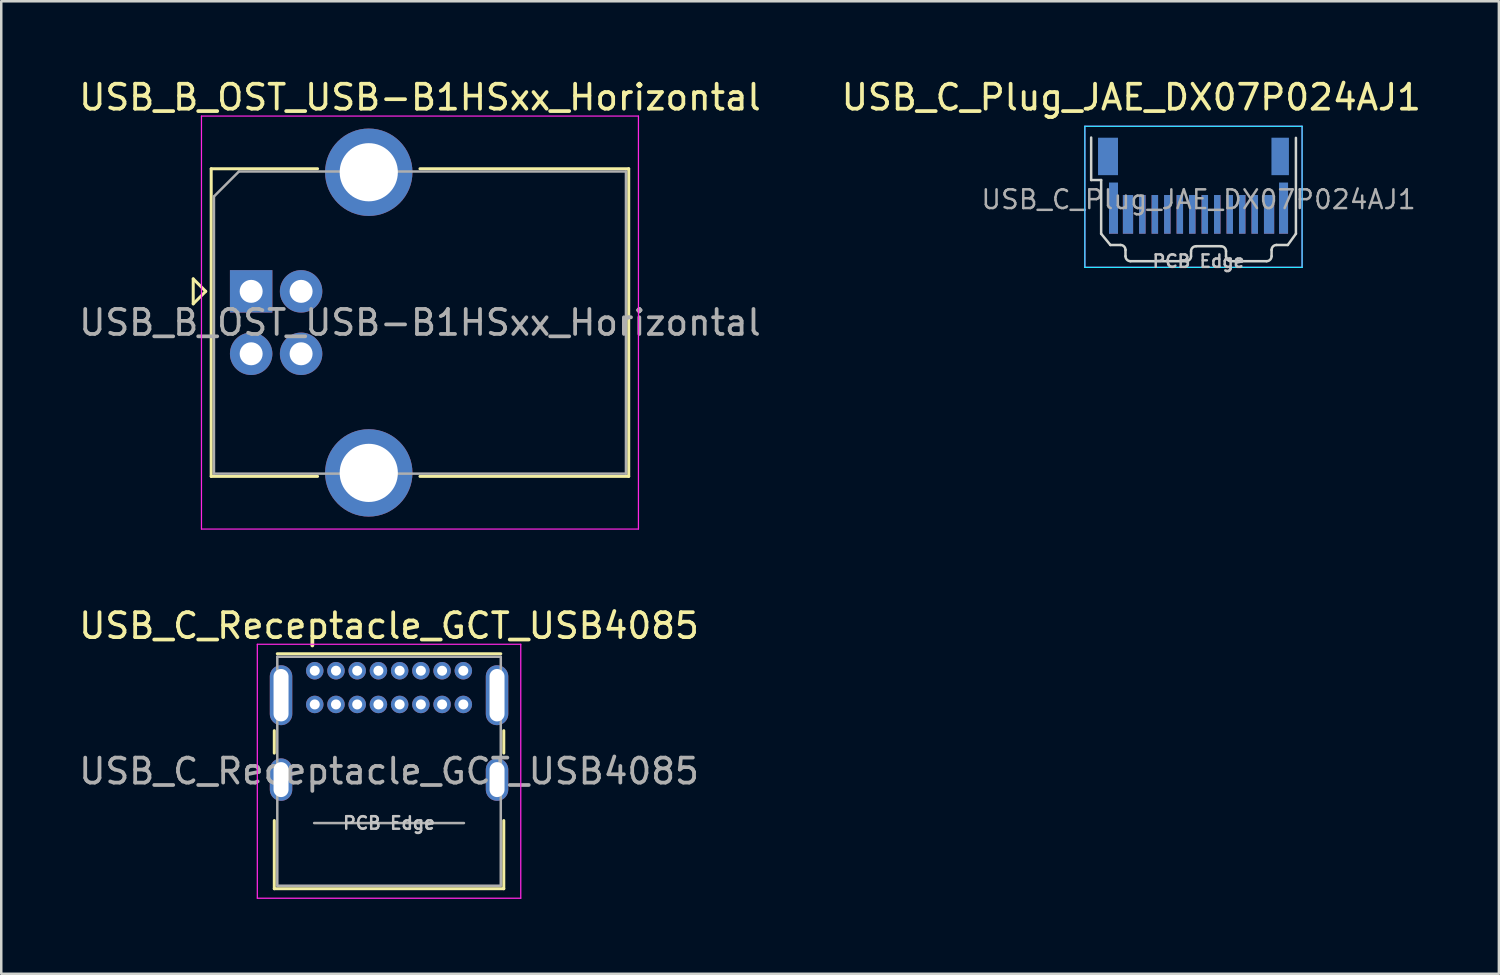
<source format=kicad_pcb>
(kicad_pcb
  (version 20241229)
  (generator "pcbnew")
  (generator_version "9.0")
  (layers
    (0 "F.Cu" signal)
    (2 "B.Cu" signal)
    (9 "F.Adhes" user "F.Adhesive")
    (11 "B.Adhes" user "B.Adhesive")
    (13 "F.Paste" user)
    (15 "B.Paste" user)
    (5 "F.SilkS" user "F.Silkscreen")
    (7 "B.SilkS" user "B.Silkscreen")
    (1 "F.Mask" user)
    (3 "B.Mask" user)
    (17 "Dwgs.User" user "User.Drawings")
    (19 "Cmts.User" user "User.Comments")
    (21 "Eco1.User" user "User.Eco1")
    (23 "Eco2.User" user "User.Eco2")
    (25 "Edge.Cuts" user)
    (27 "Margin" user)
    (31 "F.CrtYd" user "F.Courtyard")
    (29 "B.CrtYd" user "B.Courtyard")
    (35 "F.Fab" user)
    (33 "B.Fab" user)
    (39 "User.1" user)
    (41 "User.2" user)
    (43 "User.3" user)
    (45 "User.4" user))
  (footprint "USB_C_Receptacle_GCT_USB4085"
    (layer "F.Cu")
    (at 9.555 23.811)
    (property "Reference" "USB_C_Receptacle_GCT_USB4085" (at 2.975 -1.8 0) (layer "F.SilkS") (effects (font (size 1 1) (thickness 0.15))))
    (attr through_hole)
    (fp_line (start -1.62 2.4) (end -1.62 3.3) (stroke (width 0.12) (type solid)) (layer "F.SilkS"))
    (fp_line (start -1.62 6) (end -1.62 8.73) (stroke (width 0.12) (type solid)) (layer "F.SilkS"))
    (fp_line (start -1.62 8.73) (end 7.57 8.73) (stroke (width 0.12) (type solid)) (layer "F.SilkS"))
    (fp_line (start -1.5 -0.68) (end 7.45 -0.68) (stroke (width 0.12) (type solid)) (layer "F.SilkS"))
    (fp_line (start 7.57 2.4) (end 7.57 3.3) (stroke (width 0.12) (type solid)) (layer "F.SilkS"))
    (fp_line (start 7.57 6) (end 7.57 8.73) (stroke (width 0.12) (type solid)) (layer "F.SilkS"))
    (fp_line (start -2.3 -1.06) (end -2.3 9.11) (stroke (width 0.05) (type solid)) (layer "F.CrtYd"))
    (fp_line (start -2.3 -1.06) (end 8.25 -1.06) (stroke (width 0.05) (type solid)) (layer "F.CrtYd"))
    (fp_line (start -2.3 9.11) (end 8.25 9.11) (stroke (width 0.05) (type solid)) (layer "F.CrtYd"))
    (fp_line (start 8.25 -1.06) (end 8.25 9.11) (stroke (width 0.05) (type solid)) (layer "F.CrtYd"))
    (fp_line (start -1.5 -0.56) (end -1.5 8.61) (stroke (width 0.1) (type solid)) (layer "F.Fab"))
    (fp_line (start -1.5 -0.56) (end 7.45 -0.56) (stroke (width 0.1) (type solid)) (layer "F.Fab"))
    (fp_line (start -1.5 8.61) (end 7.45 8.61) (stroke (width 0.1) (type solid)) (layer "F.Fab"))
    (fp_line (start -0.025 6.1) (end 5.975 6.1) (stroke (width 0.1) (type solid)) (layer "F.Fab"))
    (fp_line (start 7.45 -0.56) (end 7.45 8.61) (stroke (width 0.1) (type solid)) (layer "F.Fab"))
    (fp_text user "PCB Edge" (at 2.975 6.1 0) (layer "Dwgs.User") (effects (font (size 0.5 0.5) (thickness 0.1))))
    (fp_text user "${REFERENCE}" (at 2.975 4.025 0) (layer "F.Fab") (effects (font (size 1 1) (thickness 0.15))))
    (pad "A1" thru_hole circle (at 0 0) (size 0.7 0.7) (drill 0.4) (layers "*.Cu" "*.Mask"))
    (pad "A4" thru_hole circle (at 0.85 0) (size 0.7 0.7) (drill 0.4) (layers "*.Cu" "*.Mask"))
    (pad "A5" thru_hole circle (at 1.7 0) (size 0.7 0.7) (drill 0.4) (layers "*.Cu" "*.Mask"))
    (pad "A6" thru_hole circle (at 2.55 0) (size 0.7 0.7) (drill 0.4) (layers "*.Cu" "*.Mask"))
    (pad "A7" thru_hole circle (at 3.4 0) (size 0.7 0.7) (drill 0.4) (layers "*.Cu" "*.Mask"))
    (pad "A8" thru_hole circle (at 4.25 0) (size 0.7 0.7) (drill 0.4) (layers "*.Cu" "*.Mask"))
    (pad "A9" thru_hole circle (at 5.1 0) (size 0.7 0.7) (drill 0.4) (layers "*.Cu" "*.Mask"))
    (pad "A12" thru_hole circle (at 5.95 0) (size 0.7 0.7) (drill 0.4) (layers "*.Cu" "*.Mask"))
    (pad "B1" thru_hole circle (at 5.95 1.35) (size 0.7 0.7) (drill 0.4) (layers "*.Cu" "*.Mask"))
    (pad "B4" thru_hole circle (at 5.1 1.35) (size 0.7 0.7) (drill 0.4) (layers "*.Cu" "*.Mask"))
    (pad "B5" thru_hole circle (at 4.25 1.35) (size 0.7 0.7) (drill 0.4) (layers "*.Cu" "*.Mask"))
    (pad "B6" thru_hole circle (at 3.4 1.35) (size 0.7 0.7) (drill 0.4) (layers "*.Cu" "*.Mask"))
    (pad "B7" thru_hole circle (at 2.55 1.35) (size 0.7 0.7) (drill 0.4) (layers "*.Cu" "*.Mask"))
    (pad "B8" thru_hole circle (at 1.7 1.35) (size 0.7 0.7) (drill 0.4) (layers "*.Cu" "*.Mask"))
    (pad "B9" thru_hole circle (at 0.85 1.35) (size 0.7 0.7) (drill 0.4) (layers "*.Cu" "*.Mask"))
    (pad "B12" thru_hole circle (at 0 1.35) (size 0.7 0.7) (drill 0.4) (layers "*.Cu" "*.Mask"))
    (pad "S1" thru_hole oval (at -1.35 0.98) (size 0.9 2.4) (drill oval 0.6 2.1) (layers "*.Cu" "*.Mask"))
    (pad "S1" thru_hole oval (at -1.35 4.36) (size 0.9 1.7) (drill oval 0.6 1.4) (layers "*.Cu" "*.Mask"))
    (pad "S1" thru_hole oval (at 7.3 0.98) (size 0.9 2.4) (drill oval 0.6 2.1) (layers "*.Cu" "*.Mask"))
    (pad "S1" thru_hole oval (at 7.3 4.36) (size 0.9 1.7) (drill oval 0.6 1.4) (layers "*.Cu" "*.Mask")))
  (footprint "USB_C_Plug_JAE_DX07P024AJ1"
    (layer "F.Cu")
    (at 44.948 4.388)
    (property "Reference" "USB_C_Plug_JAE_DX07P024AJ1" (at -2.692 -3.54 0) (layer "F.SilkS") (effects (font (size 1 1) (thickness 0.15))))
    (attr smd)
    (fp_line (start -4.3 -1.93) (end -4.3 -0.228) (stroke (width 0.1) (type solid)) (layer "Edge.Cuts"))
    (fp_line (start -4.3 -0.228) (end -3.9 -0.228) (stroke (width 0.1) (type solid)) (layer "Edge.Cuts"))
    (fp_line (start -3.9 1.923) (end -3.9 -0.228) (stroke (width 0.1) (type solid)) (layer "Edge.Cuts"))
    (fp_line (start -3.53 2.373) (end -3.9 1.923) (stroke (width 0.1) (type solid)) (layer "Edge.Cuts"))
    (fp_line (start -3.125 2.373) (end -3.53 2.373) (stroke (width 0.1) (type solid)) (layer "Edge.Cuts"))
    (fp_line (start -2.925 2.822) (end -2.925 2.572) (stroke (width 0.1) (type solid)) (layer "Edge.Cuts"))
    (fp_line (start -0.5 3.022) (end -2.725 3.022) (stroke (width 0.1) (type solid)) (layer "Edge.Cuts"))
    (fp_line (start -0.3 2.623) (end -0.3 2.822) (stroke (width 0.1) (type solid)) (layer "Edge.Cuts"))
    (fp_line (start -0.1 2.422) (end 0.9 2.422) (stroke (width 0.1) (type solid)) (layer "Edge.Cuts"))
    (fp_line (start 1.1 2.822) (end 1.1 2.623) (stroke (width 0.1) (type solid)) (layer "Edge.Cuts"))
    (fp_line (start 1.3 3.022) (end 2.725 3.022) (stroke (width 0.1) (type solid)) (layer "Edge.Cuts"))
    (fp_line (start 2.925 2.822) (end 2.925 2.572) (stroke (width 0.1) (type solid)) (layer "Edge.Cuts"))
    (fp_line (start 3.125 2.373) (end 3.575 2.373) (stroke (width 0.1) (type solid)) (layer "Edge.Cuts"))
    (fp_line (start 3.575 2.373) (end 3.9 1.923) (stroke (width 0.1) (type solid)) (layer "Edge.Cuts"))
    (fp_line (start 3.9 1.923) (end 3.9 -1.917) (stroke (width 0.1) (type solid)) (layer "Edge.Cuts"))
    (fp_arc (start -3.125 2.3725) (mid -2.983579 2.431079) (end -2.925 2.5725) (stroke (width 0.1) (type solid)) (layer "Edge.Cuts"))
    (fp_arc (start -2.725 3.0225) (mid -2.866421 2.963921) (end -2.925 2.8225) (stroke (width 0.1) (type solid)) (layer "Edge.Cuts"))
    (fp_arc (start -0.3 2.6225) (mid -0.241421 2.481079) (end -0.1 2.4225) (stroke (width 0.1) (type solid)) (layer "Edge.Cuts"))
    (fp_arc (start -0.3 2.8225) (mid -0.358579 2.963921) (end -0.5 3.0225) (stroke (width 0.1) (type solid)) (layer "Edge.Cuts"))
    (fp_arc (start 0.9 2.4225) (mid 1.041421 2.481079) (end 1.1 2.6225) (stroke (width 0.1) (type solid)) (layer "Edge.Cuts"))
    (fp_arc (start 1.3 3.0225) (mid 1.158579 2.963921) (end 1.1 2.8225) (stroke (width 0.1) (type solid)) (layer "Edge.Cuts"))
    (fp_arc (start 2.925 2.5725) (mid 2.983579 2.431079) (end 3.125 2.3725) (stroke (width 0.1) (type solid)) (layer "Edge.Cuts"))
    (fp_arc (start 2.925 2.8225) (mid 2.866421 2.963921) (end 2.725 3.0225) (stroke (width 0.1) (type solid)) (layer "Edge.Cuts"))
    (fp_line (start -4.553 -2.38) (end 4.147 -2.38) (stroke (width 0.05) (type solid)) (layer "B.CrtYd"))
    (fp_line (start -4.553 3.27) (end -4.553 -2.38) (stroke (width 0.05) (type solid)) (layer "B.CrtYd"))
    (fp_line (start 4.147 -2.38) (end 4.147 3.27) (stroke (width 0.05) (type solid)) (layer "B.CrtYd"))
    (fp_line (start 4.147 3.27) (end -4.553 3.27) (stroke (width 0.05) (type solid)) (layer "B.CrtYd"))
    (fp_line (start -4.553 -2.38) (end 4.147 -2.38) (stroke (width 0.05) (type solid)) (layer "F.CrtYd"))
    (fp_line (start -4.553 3.27) (end -4.553 -2.38) (stroke (width 0.05) (type solid)) (layer "F.CrtYd"))
    (fp_line (start 4.147 -2.38) (end 4.147 3.27) (stroke (width 0.05) (type solid)) (layer "F.CrtYd"))
    (fp_line (start 4.147 3.27) (end -4.553 3.27) (stroke (width 0.05) (type solid)) (layer "F.CrtYd"))
    (fp_text user "PCB Edge" (at 0 3.022 0) (layer "Dwgs.User") (effects (font (size 0.5 0.5) (thickness 0.1))))
    (fp_text user "${REFERENCE}" (at 0 0.552 0) (layer "F.Fab") (effects (font (size 0.75 0.75) (thickness 0.1))))
    (pad "" smd rect (at -3.405 1.048) (size 0.36 1.75) (layers "F.Cu" "F.Mask"))
    (pad "" smd rect (at 3.405 1.048) (size 0.36 1.75) (layers "F.Cu" "F.Mask"))
    (pad "A1" smd rect (at 2.825 1.147) (size 0.41 1.55) (layers "F.Cu" "F.Mask" "F.Paste"))
    (pad "A2" smd rect (at 2.25 1.147) (size 0.26 1.55) (layers "F.Cu" "F.Mask" "F.Paste"))
    (pad "A3" smd rect (at 1.75 1.147) (size 0.26 1.55) (layers "F.Cu" "F.Mask" "F.Paste"))
    (pad "A4" smd rect (at 1.25 1.147) (size 0.26 1.55) (layers "F.Cu" "F.Mask" "F.Paste"))
    (pad "A5" smd rect (at 0.75 1.147) (size 0.26 1.55) (layers "F.Cu" "F.Mask" "F.Paste"))
    (pad "A6" smd rect (at 0.25 1.147 180) (size 0.26 1.55) (layers "F.Cu" "F.Mask" "F.Paste"))
    (pad "A7" smd rect (at -0.25 1.147 180) (size 0.26 1.55) (layers "F.Cu" "F.Mask" "F.Paste"))
    (pad "A8" smd rect (at -0.75 1.147) (size 0.26 1.55) (layers "F.Cu" "F.Mask" "F.Paste"))
    (pad "A9" smd rect (at -1.25 1.147) (size 0.26 1.55) (layers "F.Cu" "F.Mask" "F.Paste"))
    (pad "A10" smd rect (at -1.75 1.147) (size 0.26 1.55) (layers "F.Cu" "F.Mask" "F.Paste"))
    (pad "A11" smd rect (at -2.25 1.147) (size 0.26 1.55) (layers "F.Cu" "F.Mask" "F.Paste"))
    (pad "A12" smd rect (at -2.825 1.147) (size 0.41 1.55) (layers "F.Cu" "F.Mask" "F.Paste"))
    (pad "B1" smd rect (at -2.825 1.147) (size 0.41 1.55) (layers "B.Cu" "B.Mask" "B.Paste"))
    (pad "B2" smd rect (at -2.25 1.147) (size 0.26 1.55) (layers "B.Cu" "B.Mask" "B.Paste"))
    (pad "B3" smd rect (at -1.75 1.147) (size 0.26 1.55) (layers "B.Cu" "B.Mask" "B.Paste"))
    (pad "B4" smd rect (at -1.25 1.147) (size 0.26 1.55) (layers "B.Cu" "B.Mask" "B.Paste"))
    (pad "B5" smd rect (at -0.75 1.147) (size 0.26 1.55) (layers "B.Cu" "B.Mask" "B.Paste"))
    (pad "B6" smd rect (at -0.25 1.147 180) (size 0.26 1.55) (layers "B.Cu" "B.Mask" "B.Paste"))
    (pad "B7" smd rect (at 0.25 1.147) (size 0.26 1.55) (layers "B.Cu" "B.Mask" "B.Paste"))
    (pad "B8" smd rect (at 0.75 1.147) (size 0.26 1.55) (layers "B.Cu" "B.Mask" "B.Paste"))
    (pad "B9" smd rect (at 1.25 1.147) (size 0.26 1.55) (layers "B.Cu" "B.Mask" "B.Paste"))
    (pad "B10" smd rect (at 1.75 1.147) (size 0.26 1.55) (layers "B.Cu" "B.Mask" "B.Paste"))
    (pad "B11" smd rect (at 2.25 1.147) (size 0.26 1.55) (layers "B.Cu" "B.Mask" "B.Paste"))
    (pad "B12" smd rect (at 2.825 1.147) (size 0.41 1.55) (layers "B.Cu" "B.Mask" "B.Paste"))
    (pad "S1" smd rect (at -3.625 -1.173) (size 0.8 1.5) (layers "B.Cu" "B.Mask" "B.Paste"))
    (pad "S1" smd rect (at -3.405 0.897) (size 0.36 2.05) (layers "B.Cu" "B.Mask" "B.Paste"))
    (pad "S1" smd rect (at 3.27 -1.173 180) (size 0.7 1.5) (layers "B.Cu" "B.Mask" "B.Paste"))
    (pad "S1" smd rect (at 3.405 0.897) (size 0.36 2.05) (layers "B.Cu" "B.Mask" "B.Paste")))
  (footprint "USB_B_OST_USB-B1HSxx_Horizontal"
    (layer "F.Cu")
    (at 7.008 8.618)
    (property "Reference" "USB_B_OST_USB-B1HSxx_Horizontal" (at 6.76 -7.77 0) (layer "F.SilkS") (effects (font (size 1 1) (thickness 0.15))))
    (attr through_hole)
    (fp_line (start -2.32 -0.5) (end -2.32 0.5) (stroke (width 0.12) (type solid)) (layer "F.SilkS"))
    (fp_line (start -2.32 0.5) (end -1.82 0) (stroke (width 0.12) (type solid)) (layer "F.SilkS"))
    (fp_line (start -1.82 0) (end -2.32 -0.5) (stroke (width 0.12) (type solid)) (layer "F.SilkS"))
    (fp_line (start -1.6 -4.91) (end -1.6 7.41) (stroke (width 0.12) (type solid)) (layer "F.SilkS"))
    (fp_line (start -1.6 7.41) (end 2.66 7.41) (stroke (width 0.12) (type solid)) (layer "F.SilkS"))
    (fp_line (start 2.66 -4.91) (end -1.6 -4.91) (stroke (width 0.12) (type solid)) (layer "F.SilkS"))
    (fp_line (start 6.76 -4.91) (end 15.12 -4.91) (stroke (width 0.12) (type solid)) (layer "F.SilkS"))
    (fp_line (start 15.12 -4.91) (end 15.12 7.41) (stroke (width 0.12) (type solid)) (layer "F.SilkS"))
    (fp_line (start 15.12 7.41) (end 6.76 7.41) (stroke (width 0.12) (type solid)) (layer "F.SilkS"))
    (fp_line (start -1.99 -7.02) (end -1.99 9.52) (stroke (width 0.05) (type solid)) (layer "F.CrtYd"))
    (fp_line (start -1.99 9.52) (end 15.51 9.52) (stroke (width 0.05) (type solid)) (layer "F.CrtYd"))
    (fp_line (start 15.51 -7.02) (end -1.99 -7.02) (stroke (width 0.05) (type solid)) (layer "F.CrtYd"))
    (fp_line (start 15.51 9.52) (end 15.51 -7.02) (stroke (width 0.05) (type solid)) (layer "F.CrtYd"))
    (fp_line (start -1.49 -3.8) (end -0.49 -4.8) (stroke (width 0.1) (type solid)) (layer "F.Fab"))
    (fp_line (start -1.49 7.3) (end -1.49 -3.8) (stroke (width 0.1) (type solid)) (layer "F.Fab"))
    (fp_line (start -0.49 -4.8) (end 15.01 -4.8) (stroke (width 0.1) (type solid)) (layer "F.Fab"))
    (fp_line (start 15.01 -4.8) (end 15.01 7.3) (stroke (width 0.1) (type solid)) (layer "F.Fab"))
    (fp_line (start 15.01 7.3) (end -1.49 7.3) (stroke (width 0.1) (type solid)) (layer "F.Fab"))
    (fp_text user "${REFERENCE}" (at 6.76 1.25 0) (layer "F.Fab") (effects (font (size 1 1) (thickness 0.15))))
    (pad "1" thru_hole rect (at 0 0) (size 1.7 1.7) (drill 0.92) (layers "*.Cu" "*.Mask"))
    (pad "2" thru_hole circle (at 0 2.5) (size 1.7 1.7) (drill 0.92) (layers "*.Cu" "*.Mask"))
    (pad "3" thru_hole circle (at 2 2.5) (size 1.7 1.7) (drill 0.92) (layers "*.Cu" "*.Mask"))
    (pad "4" thru_hole circle (at 2 0) (size 1.7 1.7) (drill 0.92) (layers "*.Cu" "*.Mask"))
    (pad "5" thru_hole circle (at 4.71 -4.77) (size 3.5 3.5) (drill 2.33) (layers "*.Cu" "*.Mask"))
    (pad "5" thru_hole circle (at 4.71 7.27) (size 3.5 3.5) (drill 2.33) (layers "*.Cu" "*.Mask")))
  (gr_rect
    (start -3 -3)
    (end 56.976 35.947)
    (stroke (width 0.1) (type default))
    (fill no)
    (layer "Edge.Cuts")))
</source>
